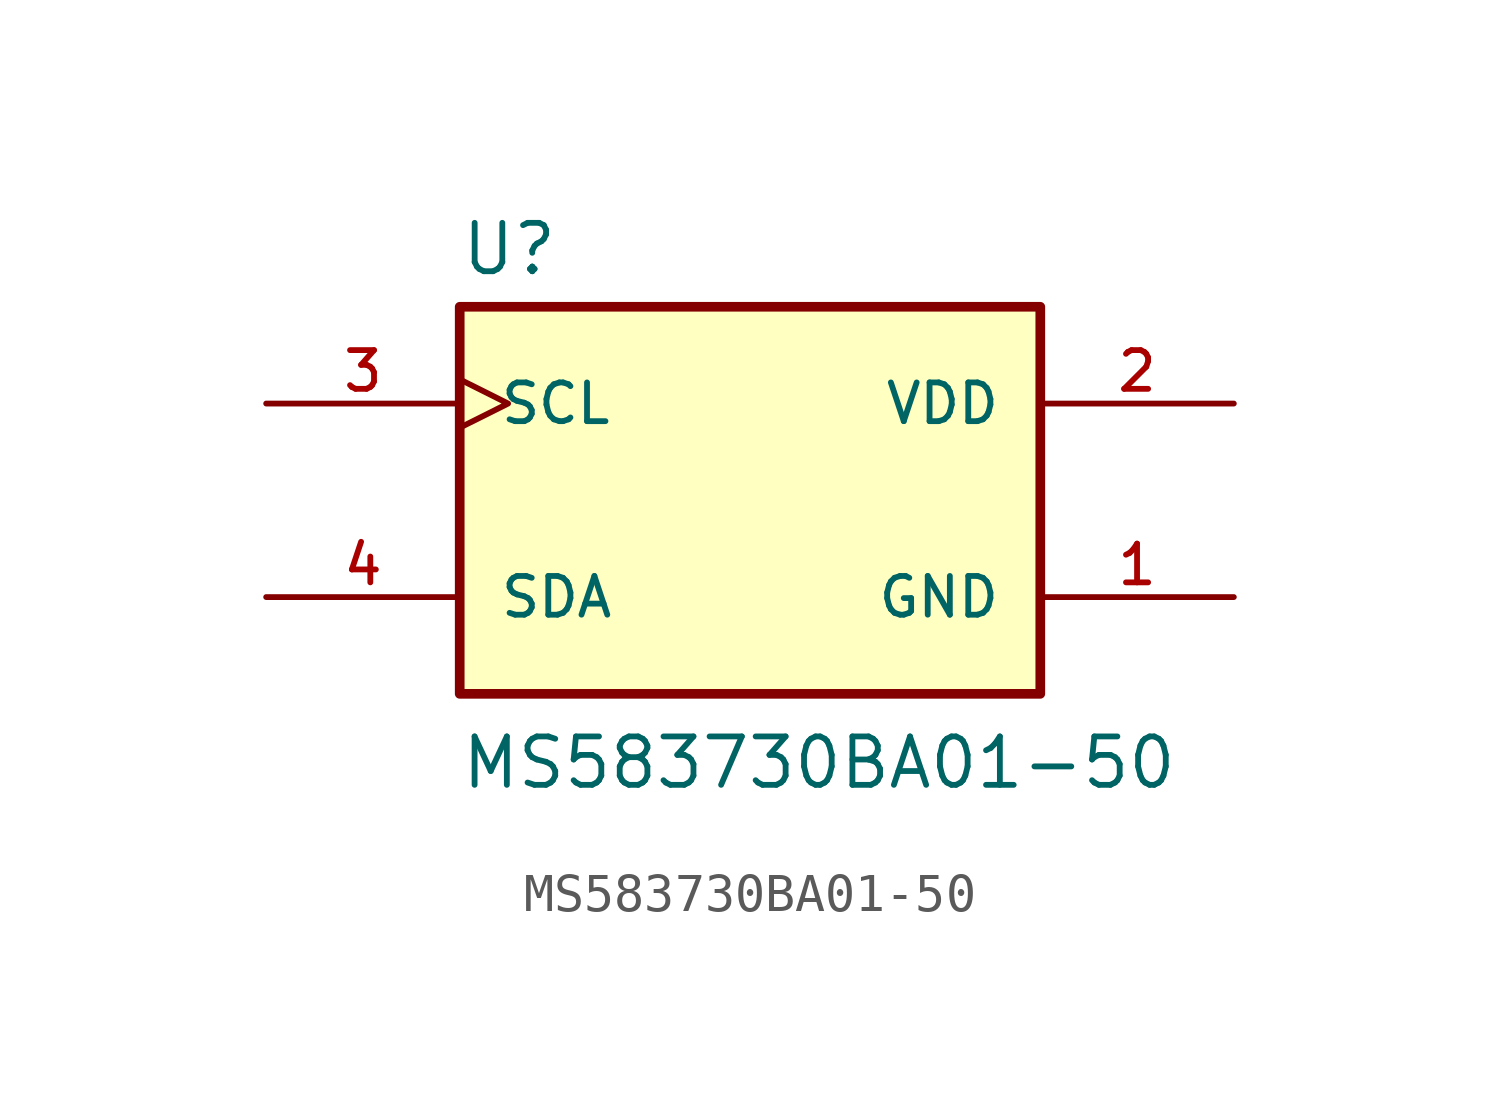
<source format=kicad_sym>
(kicad_symbol_lib
  (version 20211014)
  (generator kicad_symbol_editor)
  (symbol "MS583730BA01-50"
    (pin_names
      (offset 1.016))
    (property "Reference" "U"
      (at -7.63 5.85 0)
      (effects (font (size 1.27 1.27)) (justify bottom left)))
    (property "Value" "MS583730BA01-50"
      (at -7.632 -7.632 0)
      (effects (font (size 1.27 1.27)) (justify bottom left)))
    (symbol "MS583730BA01-50_0_0"
      (rectangle (start -7.62 -5.08) (end 7.62 5.08) (stroke (width 0.254)) (fill (type background)))
      (pin power_in line (at 12.7 2.54 180.0) (length 5.08) (name "VDD" (effects (font (size 1.016 1.016)))) (number "2" (effects (font (size 1.016 1.016)))))
      (pin power_in line (at 12.7 -2.54 180.0) (length 5.08) (name "GND" (effects (font (size 1.016 1.016)))) (number "1" (effects (font (size 1.016 1.016)))))
      (pin input clock (at -12.7 2.54 0) (length 5.08) (name "SCL" (effects (font (size 1.016 1.016)))) (number "3" (effects (font (size 1.016 1.016)))))
      (pin bidirectional line (at -12.7 -2.54 0) (length 5.08) (name "SDA" (effects (font (size 1.016 1.016)))) (number "4" (effects (font (size 1.016 1.016))))))))
</source>
